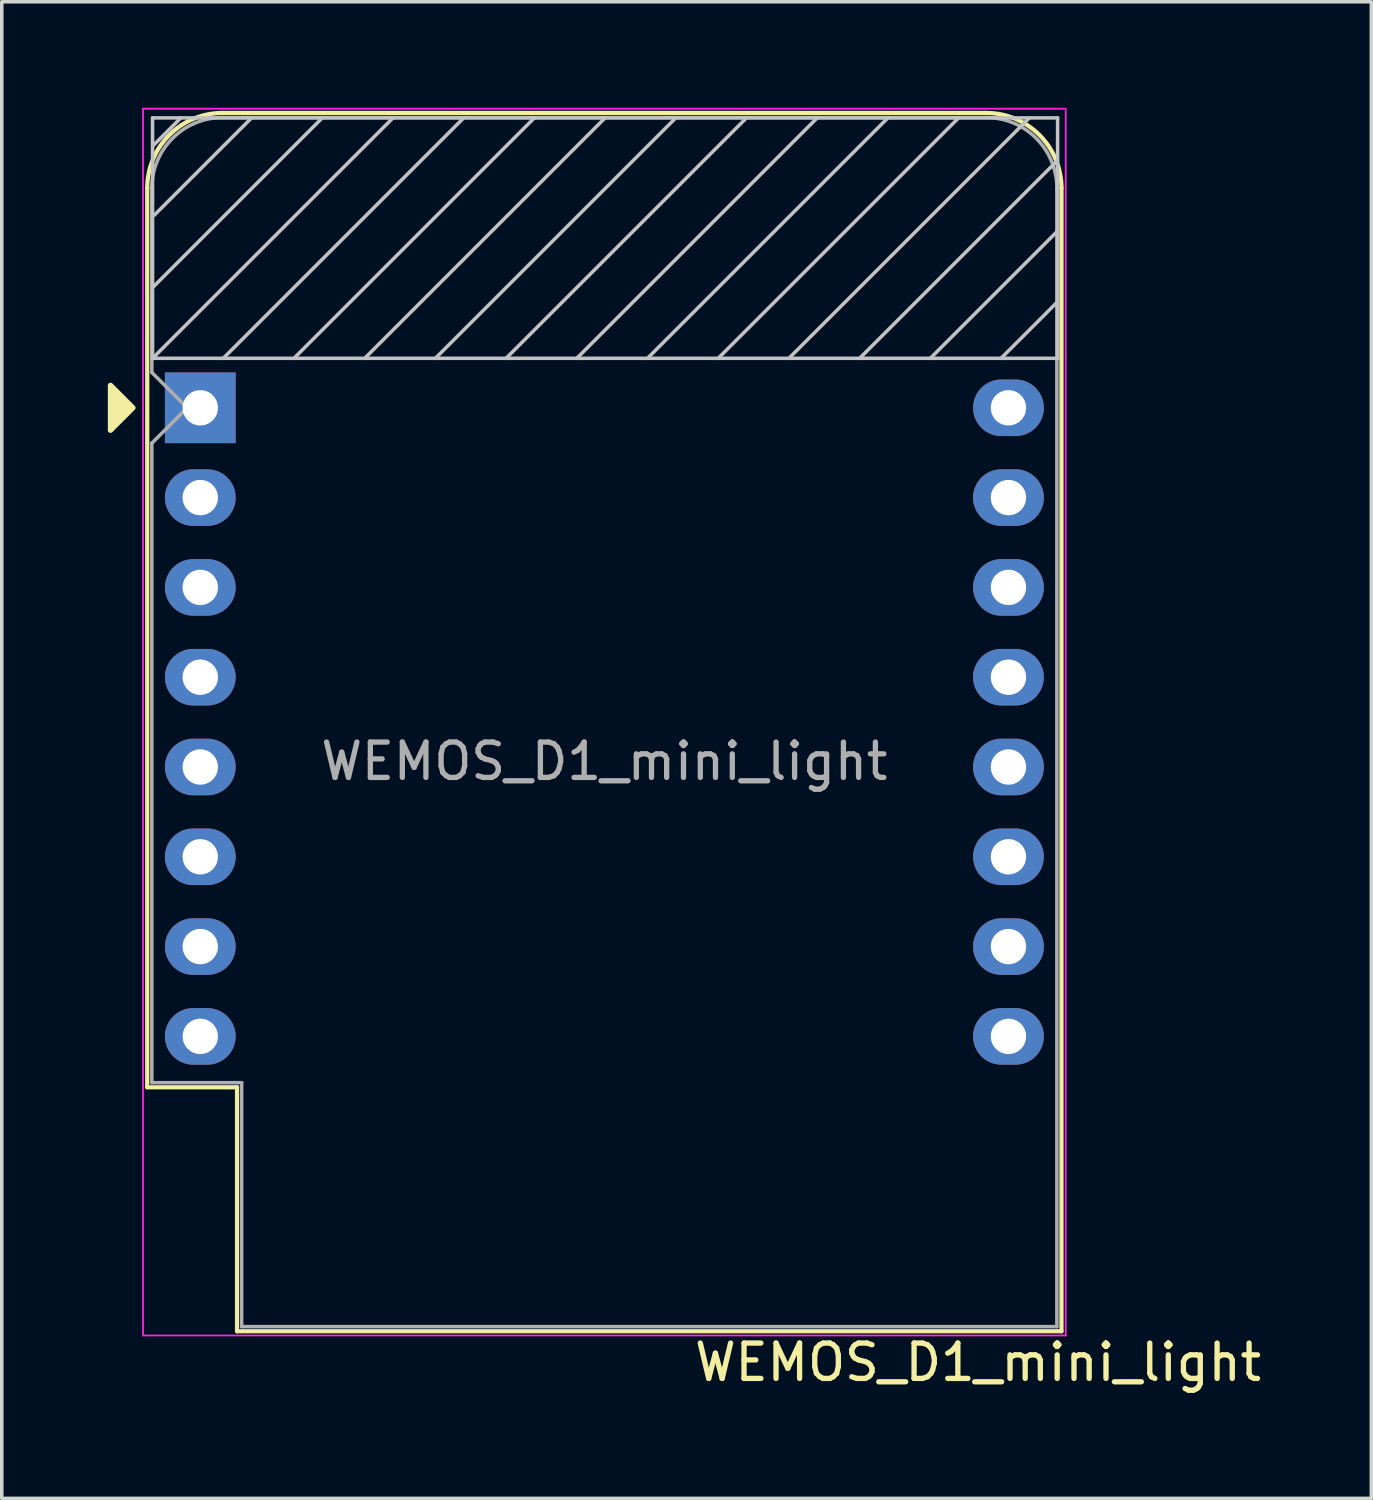
<source format=kicad_pcb>
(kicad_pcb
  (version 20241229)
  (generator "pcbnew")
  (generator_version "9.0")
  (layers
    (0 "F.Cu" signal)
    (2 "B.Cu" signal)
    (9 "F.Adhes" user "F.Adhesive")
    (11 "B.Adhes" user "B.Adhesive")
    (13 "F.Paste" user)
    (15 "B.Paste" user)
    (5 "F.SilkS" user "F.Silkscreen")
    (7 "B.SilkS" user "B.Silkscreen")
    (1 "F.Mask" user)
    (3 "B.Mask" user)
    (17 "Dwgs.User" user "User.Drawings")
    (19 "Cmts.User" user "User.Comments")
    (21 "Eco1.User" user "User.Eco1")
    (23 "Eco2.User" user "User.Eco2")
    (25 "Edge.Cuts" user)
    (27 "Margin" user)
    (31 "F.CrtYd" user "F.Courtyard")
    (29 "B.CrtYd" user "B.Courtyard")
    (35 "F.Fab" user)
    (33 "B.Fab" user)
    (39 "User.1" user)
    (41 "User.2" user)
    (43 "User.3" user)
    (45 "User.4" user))
  (footprint "WEMOS_D1_mini_light"
    (layer "F.Cu")
    (at 2.615 8.485)
    (property "Reference" "WEMOS_D1_mini_light" (at 22 27 0) (layer "F.SilkS") (effects (font (size 1 1) (thickness 0.15))))
    (attr through_hole)
    (fp_line (start -1.5 19.22) (end -1.5 -6.21) (stroke (width 0.12) (type solid)) (layer "F.SilkS"))
    (fp_line (start -1.5 19.22) (end 1.04 19.22) (stroke (width 0.12) (type solid)) (layer "F.SilkS"))
    (fp_line (start 1.04 19.22) (end 1.04 26.12) (stroke (width 0.12) (type solid)) (layer "F.SilkS"))
    (fp_line (start 1.04 26.12) (end 24.36 26.12) (stroke (width 0.12) (type solid)) (layer "F.SilkS"))
    (fp_line (start 22.24 -8.34) (end 0.63 -8.34) (stroke (width 0.12) (type solid)) (layer "F.SilkS"))
    (fp_line (start 24.36 26.12) (end 24.36 -6.21) (stroke (width 0.12) (type solid)) (layer "F.SilkS"))
    (fp_arc (start -1.5 -6.21) (mid -0.876137 -7.716137) (end 0.63 -8.34) (stroke (width 0.12) (type solid)) (layer "F.SilkS"))
    (fp_arc (start 22.23 -8.34) (mid 23.736137 -7.716137) (end 24.36 -6.21) (stroke (width 0.12) (type solid)) (layer "F.SilkS"))
    (fp_poly (pts (xy -2.54 -0.635) (xy -2.54 0.635) (xy -1.905 0)) (stroke (width 0.15) (type solid)) (fill yes) (layer "F.SilkS"))
    (fp_line (start -1.35 -8.2) (end -1.35 -1.4) (stroke (width 0.1) (type solid)) (layer "Dwgs.User"))
    (fp_line (start -1.35 -7.4) (end -0.55 -8.2) (stroke (width 0.1) (type solid)) (layer "Dwgs.User"))
    (fp_line (start -1.35 -3.4) (end 3.45 -8.2) (stroke (width 0.1) (type solid)) (layer "Dwgs.User"))
    (fp_line (start -1.35 -1.4) (end 5.45 -8.2) (stroke (width 0.1) (type solid)) (layer "Dwgs.User"))
    (fp_line (start -1.35 -1.4) (end 24.25 -1.4) (stroke (width 0.1) (type solid)) (layer "Dwgs.User"))
    (fp_line (start -1.3 -5.45) (end 1.45 -8.2) (stroke (width 0.1) (type solid)) (layer "Dwgs.User"))
    (fp_line (start 0.65 -1.4) (end 7.45 -8.2) (stroke (width 0.1) (type solid)) (layer "Dwgs.User"))
    (fp_line (start 2.65 -1.4) (end 9.45 -8.2) (stroke (width 0.1) (type solid)) (layer "Dwgs.User"))
    (fp_line (start 4.65 -1.4) (end 11.45 -8.2) (stroke (width 0.1) (type solid)) (layer "Dwgs.User"))
    (fp_line (start 6.65 -1.4) (end 13.45 -8.2) (stroke (width 0.1) (type solid)) (layer "Dwgs.User"))
    (fp_line (start 8.65 -1.4) (end 15.45 -8.2) (stroke (width 0.1) (type solid)) (layer "Dwgs.User"))
    (fp_line (start 10.65 -1.4) (end 17.45 -8.2) (stroke (width 0.1) (type solid)) (layer "Dwgs.User"))
    (fp_line (start 12.65 -1.4) (end 19.45 -8.2) (stroke (width 0.1) (type solid)) (layer "Dwgs.User"))
    (fp_line (start 14.65 -1.4) (end 21.45 -8.2) (stroke (width 0.1) (type solid)) (layer "Dwgs.User"))
    (fp_line (start 16.65 -1.4) (end 23.45 -8.2) (stroke (width 0.1) (type solid)) (layer "Dwgs.User"))
    (fp_line (start 18.65 -1.4) (end 24.25 -7) (stroke (width 0.1) (type solid)) (layer "Dwgs.User"))
    (fp_line (start 20.65 -1.4) (end 24.25 -5) (stroke (width 0.1) (type solid)) (layer "Dwgs.User"))
    (fp_line (start 22.65 -1.4) (end 24.25 -3) (stroke (width 0.1) (type solid)) (layer "Dwgs.User"))
    (fp_line (start 24.25 -8.2) (end -1.35 -8.2) (stroke (width 0.1) (type solid)) (layer "Dwgs.User"))
    (fp_line (start 24.25 -1.4) (end 24.25 -8.2) (stroke (width 0.1) (type solid)) (layer "Dwgs.User"))
    (fp_line (start -1.62 -8.46) (end 24.48 -8.46) (stroke (width 0.05) (type solid)) (layer "F.CrtYd"))
    (fp_line (start -1.62 26.24) (end -1.62 -8.46) (stroke (width 0.05) (type solid)) (layer "F.CrtYd"))
    (fp_line (start 24.48 -8.41) (end 24.48 26.24) (stroke (width 0.05) (type solid)) (layer "F.CrtYd"))
    (fp_line (start 24.48 26.24) (end -1.62 26.24) (stroke (width 0.05) (type solid)) (layer "F.CrtYd"))
    (fp_line (start -1.37 -6.21) (end -1.37 -1) (stroke (width 0.1) (type solid)) (layer "F.Fab"))
    (fp_line (start -1.37 1) (end -1.37 19.09) (stroke (width 0.1) (type solid)) (layer "F.Fab"))
    (fp_line (start -1.37 1) (end -0.37 0) (stroke (width 0.1) (type solid)) (layer "F.Fab"))
    (fp_line (start -1.37 19.09) (end 1.17 19.09) (stroke (width 0.1) (type solid)) (layer "F.Fab"))
    (fp_line (start -0.37 0) (end -1.37 -1) (stroke (width 0.1) (type solid)) (layer "F.Fab"))
    (fp_line (start 1.17 19.09) (end 1.17 25.99) (stroke (width 0.1) (type solid)) (layer "F.Fab"))
    (fp_line (start 1.17 25.99) (end 24.23 25.99) (stroke (width 0.1) (type solid)) (layer "F.Fab"))
    (fp_line (start 22.23 -8.21) (end 0.63 -8.21) (stroke (width 0.1) (type solid)) (layer "F.Fab"))
    (fp_line (start 24.23 25.99) (end 24.23 -6.21) (stroke (width 0.1) (type solid)) (layer "F.Fab"))
    (fp_arc (start -1.37 -6.21) (mid -0.784214 -7.624214) (end 0.63 -8.21) (stroke (width 0.1) (type solid)) (layer "F.Fab"))
    (fp_arc (start 22.25 -8.21) (mid 23.658356 -7.610071) (end 24.23 -6.19) (stroke (width 0.1) (type solid)) (layer "F.Fab"))
    (fp_text user "${REFERENCE}" (at 11.43 10 0) (layer "F.Fab") (effects (font (size 1 1) (thickness 0.15))))
    (pad "1" thru_hole rect (at 0 0) (size 2 2) (drill 1) (layers "*.Cu" "*.Mask"))
    (pad "2" thru_hole oval (at 0 2.54) (size 2 1.6) (drill 1) (layers "*.Cu" "*.Mask"))
    (pad "3" thru_hole oval (at 0 5.08) (size 2 1.6) (drill 1) (layers "*.Cu" "*.Mask"))
    (pad "4" thru_hole oval (at 0 7.62) (size 2 1.6) (drill 1) (layers "*.Cu" "*.Mask"))
    (pad "5" thru_hole oval (at 0 10.16) (size 2 1.6) (drill 1) (layers "*.Cu" "*.Mask"))
    (pad "6" thru_hole oval (at 0 12.7) (size 2 1.6) (drill 1) (layers "*.Cu" "*.Mask"))
    (pad "7" thru_hole oval (at 0 15.24) (size 2 1.6) (drill 1) (layers "*.Cu" "*.Mask"))
    (pad "8" thru_hole oval (at 0 17.78) (size 2 1.6) (drill 1) (layers "*.Cu" "*.Mask"))
    (pad "9" thru_hole oval (at 22.86 17.78) (size 2 1.6) (drill 1) (layers "*.Cu" "*.Mask"))
    (pad "10" thru_hole oval (at 22.86 15.24) (size 2 1.6) (drill 1) (layers "*.Cu" "*.Mask"))
    (pad "11" thru_hole oval (at 22.86 12.7) (size 2 1.6) (drill 1) (layers "*.Cu" "*.Mask"))
    (pad "12" thru_hole oval (at 22.86 10.16) (size 2 1.6) (drill 1) (layers "*.Cu" "*.Mask"))
    (pad "13" thru_hole oval (at 22.86 7.62) (size 2 1.6) (drill 1) (layers "*.Cu" "*.Mask"))
    (pad "14" thru_hole oval (at 22.86 5.08) (size 2 1.6) (drill 1) (layers "*.Cu" "*.Mask"))
    (pad "15" thru_hole oval (at 22.86 2.54) (size 2 1.6) (drill 1) (layers "*.Cu" "*.Mask"))
    (pad "16" thru_hole oval (at 22.86 0) (size 2 1.6) (drill 1) (layers "*.Cu" "*.Mask")))
  (gr_rect
    (start -3 -3)
    (end 35.74 39.333)
    (stroke (width 0.1) (type default))
    (fill no)
    (layer "Edge.Cuts")))
</source>
